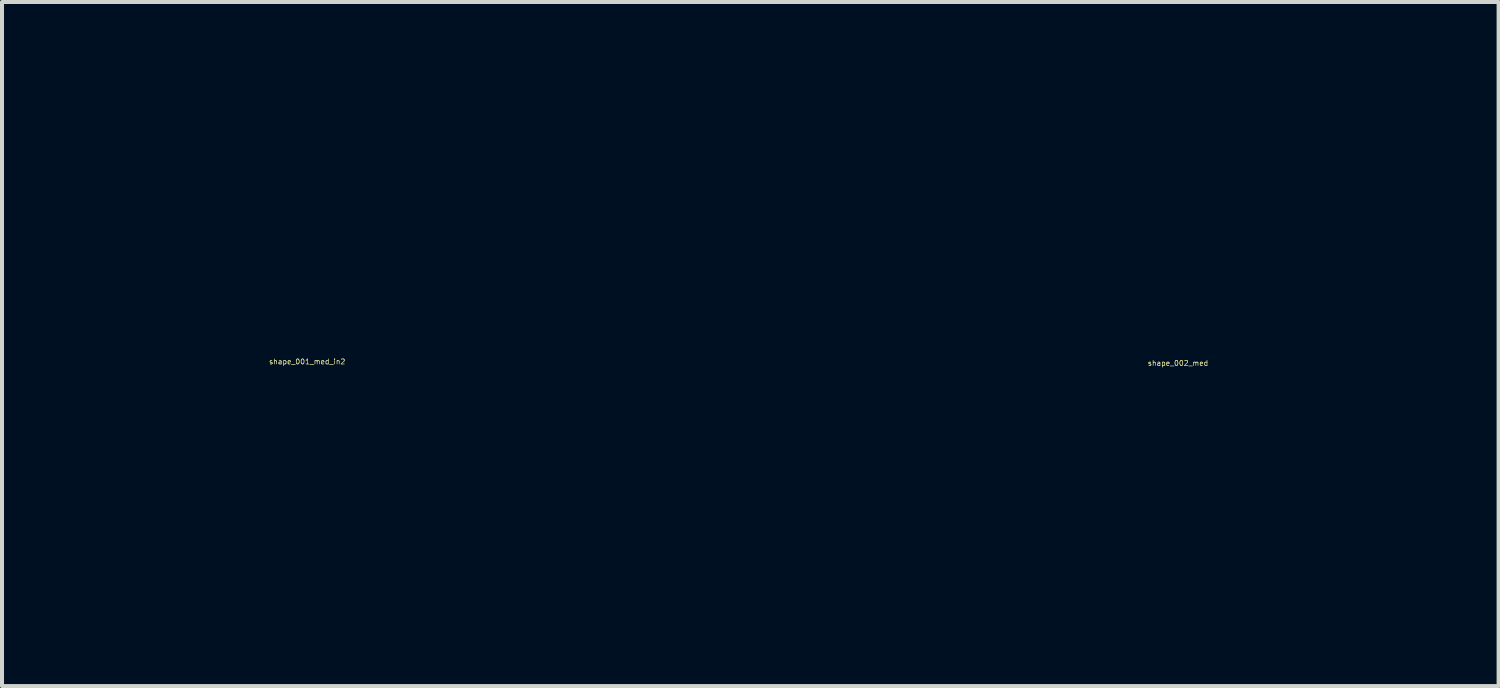
<source format=kicad_pcb>
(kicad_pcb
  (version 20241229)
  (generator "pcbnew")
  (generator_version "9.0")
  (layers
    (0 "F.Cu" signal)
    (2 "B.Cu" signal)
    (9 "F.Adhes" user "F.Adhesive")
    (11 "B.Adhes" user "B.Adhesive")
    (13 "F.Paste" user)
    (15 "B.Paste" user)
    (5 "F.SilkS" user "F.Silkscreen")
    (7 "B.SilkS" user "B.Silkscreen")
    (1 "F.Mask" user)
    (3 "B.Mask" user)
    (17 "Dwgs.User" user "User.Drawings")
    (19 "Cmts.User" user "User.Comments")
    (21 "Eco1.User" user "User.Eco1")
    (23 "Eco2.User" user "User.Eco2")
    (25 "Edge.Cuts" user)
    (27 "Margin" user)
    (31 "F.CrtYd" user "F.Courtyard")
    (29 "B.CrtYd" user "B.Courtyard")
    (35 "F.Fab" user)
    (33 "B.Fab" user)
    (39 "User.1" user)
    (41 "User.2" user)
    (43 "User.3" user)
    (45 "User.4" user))
  (footprint "shape_001_small"
    (layer "F.Cu")
    (at 15.306 3.267)
    (property "Reference" "shape_001_small" (at 0 0.5 0) (layer "In1.Cu") (effects (font (size 0.127 0.127) (thickness 0.000001))))
    (attr through_hole)
    (fp_line (start -2.582 -1.619) (end 2.782 1.478) (stroke (width 0.2) (type solid)) (layer "In1.Cu"))
    (fp_line (start -2.549 -0.071) (end -1.225 0.694) (stroke (width 0.2) (type solid)) (layer "In1.Cu"))
    (fp_line (start -1.225 -2.365) (end -1.225 -0.835) (stroke (width 0.2) (type solid)) (layer "In1.Cu"))
    (fp_line (start -1.225 -0.835) (end -2.549 -0.071) (stroke (width 0.2) (type solid)) (layer "In1.Cu"))
    (fp_line (start -1.225 0.694) (end -1.225 2.224) (stroke (width 0.2) (type solid)) (layer "In1.Cu"))
    (fp_line (start -1.225 2.224) (end 0.1 1.459) (stroke (width 0.2) (type solid)) (layer "In1.Cu"))
    (fp_line (start 0.1 -3.167) (end 0.1 3.026) (stroke (width 0.2) (type solid)) (layer "In1.Cu"))
    (fp_line (start 0.1 -1.6) (end -1.225 -2.365) (stroke (width 0.2) (type solid)) (layer "In1.Cu"))
    (fp_line (start 0.1 1.459) (end 1.425 2.224) (stroke (width 0.2) (type solid)) (layer "In1.Cu"))
    (fp_line (start 1.425 -2.365) (end 0.1 -1.6) (stroke (width 0.2) (type solid)) (layer "In1.Cu"))
    (fp_line (start 1.425 -0.835) (end 1.425 -2.365) (stroke (width 0.2) (type solid)) (layer "In1.Cu"))
    (fp_line (start 1.425 0.694) (end 2.749 -0.071) (stroke (width 0.2) (type solid)) (layer "In1.Cu"))
    (fp_line (start 1.425 2.224) (end 1.425 0.694) (stroke (width 0.2) (type solid)) (layer "In1.Cu"))
    (fp_line (start 2.749 -0.071) (end 1.425 -0.835) (stroke (width 0.2) (type solid)) (layer "In1.Cu"))
    (fp_line (start 2.782 -1.619) (end -2.582 1.478) (stroke (width 0.2) (type solid)) (layer "In1.Cu")))
  (footprint "shape_002_med"
    (layer "F.Cu")
    (at 26.313 5.502)
    (property "Reference" "shape_002_med" (at 0 0.5 0) (layer "F.SilkS") (effects (font (size 0.127 0.127) (thickness 0.000001))))
    (attr through_hole)
    (fp_line (start -4.679 -2.64) (end 4.545 2.686) (stroke (width 0.4) (type solid)) (layer "In1.Cu"))
    (fp_line (start -3.483 -3.614) (end -3.483 -1.949) (stroke (width 0.4) (type solid)) (layer "In1.Cu"))
    (fp_line (start -3.483 -1.949) (end -4.925 -1.117) (stroke (width 0.4) (type solid)) (layer "In1.Cu"))
    (fp_line (start -3.483 1.996) (end -4.925 1.164) (stroke (width 0.4) (type solid)) (layer "In1.Cu"))
    (fp_line (start -3.483 3.66) (end -3.483 1.996) (stroke (width 0.4) (type solid)) (layer "In1.Cu"))
    (fp_line (start -3.123 -0.909) (end -2.402 -1.325) (stroke (width 0.4) (type solid)) (layer "In1.Cu"))
    (fp_line (start -3.123 0.956) (end -2.402 1.372) (stroke (width 0.4) (type solid)) (layer "In1.Cu"))
    (fp_line (start -2.402 -1.325) (end -2.403 -2.157) (stroke (width 0.4) (type solid)) (layer "In1.Cu"))
    (fp_line (start -2.402 1.372) (end -2.402 2.204) (stroke (width 0.4) (type solid)) (layer "In1.Cu"))
    (fp_line (start -1.533 0.023) (end -0.8 0.447) (stroke (width 0.4) (type solid)) (layer "In1.Cu"))
    (fp_line (start -1.533 0.023) (end -0.8 0.447) (stroke (width 0.4) (type solid)) (layer "In1.Cu"))
    (fp_line (start -0.8 -1.247) (end -0.8 -0.4) (stroke (width 0.4) (type solid)) (layer "In1.Cu"))
    (fp_line (start -0.8 -1.247) (end -0.8 -0.4) (stroke (width 0.4) (type solid)) (layer "In1.Cu"))
    (fp_line (start -0.8 -0.4) (end -1.533 0.023) (stroke (width 0.4) (type solid)) (layer "In1.Cu"))
    (fp_line (start -0.8 -0.4) (end -1.533 0.023) (stroke (width 0.4) (type solid)) (layer "In1.Cu"))
    (fp_line (start -0.8 0.447) (end -0.8 1.293) (stroke (width 0.4) (type solid)) (layer "In1.Cu"))
    (fp_line (start -0.8 0.447) (end -0.8 1.293) (stroke (width 0.4) (type solid)) (layer "In1.Cu"))
    (fp_line (start -0.8 1.293) (end -0.067 0.87) (stroke (width 0.4) (type solid)) (layer "In1.Cu"))
    (fp_line (start -0.8 1.293) (end -0.067 0.87) (stroke (width 0.4) (type solid)) (layer "In1.Cu"))
    (fp_line (start -0.787 -3.09) (end -0.067 -2.674) (stroke (width 0.4) (type solid)) (layer "In1.Cu"))
    (fp_line (start -0.787 3.137) (end -0.067 2.72) (stroke (width 0.4) (type solid)) (layer "In1.Cu"))
    (fp_line (start -0.067 -5.302) (end -0.067 5.349) (stroke (width 0.4) (type solid)) (layer "In1.Cu"))
    (fp_line (start -0.067 -3.922) (end -1.508 -4.754) (stroke (width 0.4) (type solid)) (layer "In1.Cu"))
    (fp_line (start -0.067 -2.674) (end 0.654 -3.09) (stroke (width 0.4) (type solid)) (layer "In1.Cu"))
    (fp_line (start -0.067 -0.823) (end -0.8 -1.247) (stroke (width 0.4) (type solid)) (layer "In1.Cu"))
    (fp_line (start -0.067 -0.823) (end -0.8 -1.247) (stroke (width 0.4) (type solid)) (layer "In1.Cu"))
    (fp_line (start -0.067 0.87) (end 0.667 1.293) (stroke (width 0.4) (type solid)) (layer "In1.Cu"))
    (fp_line (start -0.067 0.87) (end 0.667 1.293) (stroke (width 0.4) (type solid)) (layer "In1.Cu"))
    (fp_line (start -0.067 2.72) (end 0.654 3.137) (stroke (width 0.4) (type solid)) (layer "In1.Cu"))
    (fp_line (start -0.067 3.969) (end -1.508 4.801) (stroke (width 0.4) (type solid)) (layer "In1.Cu"))
    (fp_line (start 0.667 -1.247) (end -0.067 -0.823) (stroke (width 0.4) (type solid)) (layer "In1.Cu"))
    (fp_line (start 0.667 -1.247) (end -0.067 -0.823) (stroke (width 0.4) (type solid)) (layer "In1.Cu"))
    (fp_line (start 0.667 -0.4) (end 0.667 -1.247) (stroke (width 0.4) (type solid)) (layer "In1.Cu"))
    (fp_line (start 0.667 -0.4) (end 0.667 -1.247) (stroke (width 0.4) (type solid)) (layer "In1.Cu"))
    (fp_line (start 0.667 0.447) (end 1.4 0.023) (stroke (width 0.4) (type solid)) (layer "In1.Cu"))
    (fp_line (start 0.667 0.447) (end 1.4 0.023) (stroke (width 0.4) (type solid)) (layer "In1.Cu"))
    (fp_line (start 0.667 1.293) (end 0.667 0.447) (stroke (width 0.4) (type solid)) (layer "In1.Cu"))
    (fp_line (start 0.667 1.293) (end 0.667 0.447) (stroke (width 0.4) (type solid)) (layer "In1.Cu"))
    (fp_line (start 1.375 -4.754) (end -0.067 -3.922) (stroke (width 0.4) (type solid)) (layer "In1.Cu"))
    (fp_line (start 1.375 4.801) (end -0.067 3.969) (stroke (width 0.4) (type solid)) (layer "In1.Cu"))
    (fp_line (start 1.4 0.023) (end 0.667 -0.4) (stroke (width 0.4) (type solid)) (layer "In1.Cu"))
    (fp_line (start 1.4 0.023) (end 0.667 -0.4) (stroke (width 0.4) (type solid)) (layer "In1.Cu"))
    (fp_line (start 2.269 1.372) (end 2.99 0.956) (stroke (width 0.4) (type solid)) (layer "In1.Cu"))
    (fp_line (start 2.269 2.204) (end 2.269 1.372) (stroke (width 0.4) (type solid)) (layer "In1.Cu"))
    (fp_line (start 2.269 -2.157) (end 2.269 -1.325) (stroke (width 0.4) (type solid)) (layer "In1.Cu"))
    (fp_line (start 2.269 -1.325) (end 2.99 -0.909) (stroke (width 0.4) (type solid)) (layer "In1.Cu"))
    (fp_line (start 3.35 -1.949) (end 3.35 -3.614) (stroke (width 0.4) (type solid)) (layer "In1.Cu"))
    (fp_line (start 3.35 1.996) (end 3.35 3.66) (stroke (width 0.4) (type solid)) (layer "In1.Cu"))
    (fp_line (start 4.545 -2.64) (end -4.679 2.686) (stroke (width 0.4) (type solid)) (layer "In1.Cu"))
    (fp_line (start 4.791 1.164) (end 3.35 1.996) (stroke (width 0.4) (type solid)) (layer "In1.Cu"))
    (fp_line (start 4.792 -1.117) (end 3.35 -1.949) (stroke (width 0.4) (type solid)) (layer "In1.Cu")))
  (footprint "shape_001_med_in2"
    (layer "F.Cu")
    (at 4.607 5.465)
    (property "Reference" "shape_001_med_in2" (at 0 0.5 0) (layer "F.SilkS") (effects (font (size 0.127 0.127) (thickness 0.000001))))
    (attr through_hole)
    (fp_line (start -4.407 2.723) (end 4.817 -2.603) (stroke (width 0.4) (type solid)) (layer "In2.Cu"))
    (fp_line (start -3.911 -1.484) (end -3.19 -1.9) (stroke (width 0.4) (type solid)) (layer "In2.Cu"))
    (fp_line (start -3.911 1.604) (end -3.19 2.02) (stroke (width 0.4) (type solid)) (layer "In2.Cu"))
    (fp_line (start -3.19 -1.9) (end -3.19 -2.732) (stroke (width 0.4) (type solid)) (layer "In2.Cu"))
    (fp_line (start -3.19 2.02) (end -3.19 2.852) (stroke (width 0.4) (type solid)) (layer "In2.Cu"))
    (fp_line (start -2.289 -3.044) (end -2.289 -1.38) (stroke (width 0.4) (type solid)) (layer "In2.Cu"))
    (fp_line (start -2.289 -1.38) (end -3.731 -0.548) (stroke (width 0.4) (type solid)) (layer "In2.Cu"))
    (fp_line (start -2.289 1.5) (end -3.731 0.668) (stroke (width 0.4) (type solid)) (layer "In2.Cu"))
    (fp_line (start -2.289 3.164) (end -2.289 1.5) (stroke (width 0.4) (type solid)) (layer "In2.Cu"))
    (fp_line (start -0.516 -4.276) (end 0.205 -3.86) (stroke (width 0.4) (type solid)) (layer "In2.Cu"))
    (fp_line (start -0.516 4.396) (end 0.205 3.98) (stroke (width 0.4) (type solid)) (layer "In2.Cu"))
    (fp_line (start 0.205 -5.265) (end 0.205 5.386) (stroke (width 0.4) (type solid)) (layer "In2.Cu"))
    (fp_line (start 0.205 -3.86) (end 0.926 -4.276) (stroke (width 0.4) (type solid)) (layer "In2.Cu"))
    (fp_line (start 0.205 -2.82) (end -1.236 -3.652) (stroke (width 0.4) (type solid)) (layer "In2.Cu"))
    (fp_line (start 0.205 2.94) (end -1.236 3.772) (stroke (width 0.4) (type solid)) (layer "In2.Cu"))
    (fp_line (start 0.205 3.98) (end 0.926 4.396) (stroke (width 0.4) (type solid)) (layer "In2.Cu"))
    (fp_line (start 0.205 5.386) (end 0.205 -5.265) (stroke (width 0.4) (type solid)) (layer "In2.Cu"))
    (fp_line (start 0.205 5.386) (end 0.205 1.178) (stroke (width 0.4) (type solid)) (layer "In2.Cu"))
    (fp_line (start 1.646 -3.652) (end 0.205 -2.82) (stroke (width 0.4) (type solid)) (layer "In2.Cu"))
    (fp_line (start 1.646 3.772) (end 0.205 2.94) (stroke (width 0.4) (type solid)) (layer "In2.Cu"))
    (fp_line (start 2.699 -1.38) (end 2.699 -3.044) (stroke (width 0.4) (type solid)) (layer "In2.Cu"))
    (fp_line (start 2.699 1.5) (end 2.699 3.164) (stroke (width 0.4) (type solid)) (layer "In2.Cu"))
    (fp_line (start 3.6 -2.732) (end 3.6 -1.9) (stroke (width 0.4) (type solid)) (layer "In2.Cu"))
    (fp_line (start 3.6 -1.9) (end 4.321 -1.484) (stroke (width 0.4) (type solid)) (layer "In2.Cu"))
    (fp_line (start 3.6 2.02) (end 4.321 1.604) (stroke (width 0.4) (type solid)) (layer "In2.Cu"))
    (fp_line (start 3.6 2.852) (end 3.6 2.02) (stroke (width 0.4) (type solid)) (layer "In2.Cu"))
    (fp_line (start 4.14 0.668) (end 2.699 1.5) (stroke (width 0.4) (type solid)) (layer "In2.Cu"))
    (fp_line (start 4.141 -0.548) (end 2.699 -1.38) (stroke (width 0.4) (type solid)) (layer "In2.Cu"))
    (fp_line (start 4.817 2.723) (end -4.407 -2.603) (stroke (width 0.4) (type solid)) (layer "In2.Cu"))
    (fp_arc (start -1.815868 0.060144) (mid -1.224005 -1.368866) (end 0.20498 -1.960789) (stroke (width 0.4) (type solid)) (layer "In2.Cu"))
    (fp_arc (start 0.204979 -1.960789) (mid 1.634016 -1.368868) (end 2.225999 0.060144) (stroke (width 0.4) (type solid)) (layer "In2.Cu"))
    (fp_arc (start 0.204979 2.081078) (mid -1.224022 1.48917) (end -1.815868 0.060144) (stroke (width 0.4) (type solid)) (layer "In2.Cu"))
    (fp_arc (start 2.225999 0.060144) (mid 1.634033 1.489172) (end 0.20498 2.081078) (stroke (width 0.4) (type solid)) (layer "In2.Cu")))
  (gr_rect
    (start -3 -3)
    (end 34.304 14.051)
    (stroke (width 0.1) (type default))
    (fill no)
    (layer "Edge.Cuts")))
</source>
